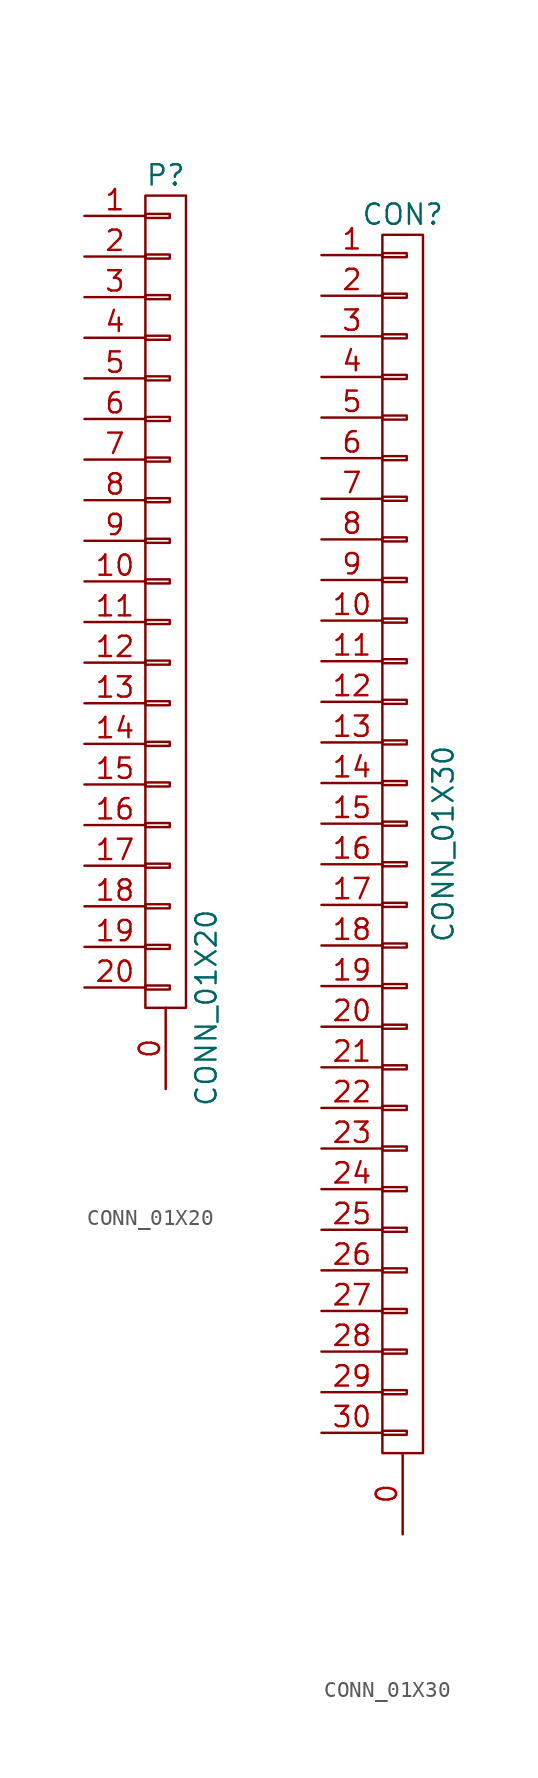
<source format=kicad_sym>
(kicad_symbol_lib
  (version 20211014)
  (generator kicad_symbol_editor)
  (symbol "CONN_01X20"
    (pin_names
      (offset 1.016) hide)
    (property "Reference" "P"
      (at 0 26.67 0)
      (effects (font (size 1.27 1.27))))
    (property "Value" "CONN_01X20"
      (at 2.54 -25.4 90)
      (effects (font (size 1.27 1.27))))
    (property "Footprint" ""
      (at 0 -25.4 0)
      (effects (font (size 1.27 1.27))))
    (property "Datasheet" ""
      (at 0 -25.4 0)
      (effects (font (size 1.27 1.27))))
    (symbol "CONN_01X20_0_1"
      (rectangle (start -1.27 -24.003) (end 0.254 -24.257) (stroke (width 0) (type default) (color 0 0 0 0)) (fill (type none)))
      (rectangle (start -1.27 -21.463) (end 0.254 -21.717) (stroke (width 0) (type default) (color 0 0 0 0)) (fill (type none)))
      (rectangle (start -1.27 -18.923) (end 0.254 -19.177) (stroke (width 0) (type default) (color 0 0 0 0)) (fill (type none)))
      (rectangle (start -1.27 -16.383) (end 0.254 -16.637) (stroke (width 0) (type default) (color 0 0 0 0)) (fill (type none)))
      (rectangle (start -1.27 -13.843) (end 0.254 -14.097) (stroke (width 0) (type default) (color 0 0 0 0)) (fill (type none)))
      (rectangle (start -1.27 -11.303) (end 0.254 -11.557) (stroke (width 0) (type default) (color 0 0 0 0)) (fill (type none)))
      (rectangle (start -1.27 -8.763) (end 0.254 -9.017) (stroke (width 0) (type default) (color 0 0 0 0)) (fill (type none)))
      (rectangle (start -1.27 -6.223) (end 0.254 -6.477) (stroke (width 0) (type default) (color 0 0 0 0)) (fill (type none)))
      (rectangle (start -1.27 -3.683) (end 0.254 -3.937) (stroke (width 0) (type default) (color 0 0 0 0)) (fill (type none)))
      (rectangle (start -1.27 -1.143) (end 0.254 -1.397) (stroke (width 0) (type default) (color 0 0 0 0)) (fill (type none)))
      (rectangle (start -1.27 1.397) (end 0.254 1.143) (stroke (width 0) (type default) (color 0 0 0 0)) (fill (type none)))
      (rectangle (start -1.27 3.937) (end 0.254 3.683) (stroke (width 0) (type default) (color 0 0 0 0)) (fill (type none)))
      (rectangle (start -1.27 6.477) (end 0.254 6.223) (stroke (width 0) (type default) (color 0 0 0 0)) (fill (type none)))
      (rectangle (start -1.27 9.017) (end 0.254 8.763) (stroke (width 0) (type default) (color 0 0 0 0)) (fill (type none)))
      (rectangle (start -1.27 11.557) (end 0.254 11.303) (stroke (width 0) (type default) (color 0 0 0 0)) (fill (type none)))
      (rectangle (start -1.27 14.097) (end 0.254 13.843) (stroke (width 0) (type default) (color 0 0 0 0)) (fill (type none)))
      (rectangle (start -1.27 16.637) (end 0.254 16.383) (stroke (width 0) (type default) (color 0 0 0 0)) (fill (type none)))
      (rectangle (start -1.27 19.177) (end 0.254 18.923) (stroke (width 0) (type default) (color 0 0 0 0)) (fill (type none)))
      (rectangle (start -1.27 21.717) (end 0.254 21.463) (stroke (width 0) (type default) (color 0 0 0 0)) (fill (type none)))
      (rectangle (start -1.27 24.257) (end 0.254 24.003) (stroke (width 0) (type default) (color 0 0 0 0)) (fill (type none)))
      (rectangle (start -1.27 25.4) (end 1.27 -25.4) (stroke (width 0) (type default) (color 0 0 0 0)) (fill (type none))))
    (symbol "CONN_01X20_1_1"
      (pin passive line (at 0 -30.48 90) (length 5.08) (name "P0" (effects (font (size 1.27 1.27)))) (number "0" (effects (font (size 1.27 1.27)))))
      (pin passive line (at -5.08 24.13 0) (length 3.81) (name "P1" (effects (font (size 1.27 1.27)))) (number "1" (effects (font (size 1.27 1.27)))))
      (pin passive line (at -5.08 1.27 0) (length 3.81) (name "P10" (effects (font (size 1.27 1.27)))) (number "10" (effects (font (size 1.27 1.27)))))
      (pin passive line (at -5.08 -1.27 0) (length 3.81) (name "P11" (effects (font (size 1.27 1.27)))) (number "11" (effects (font (size 1.27 1.27)))))
      (pin passive line (at -5.08 -3.81 0) (length 3.81) (name "P12" (effects (font (size 1.27 1.27)))) (number "12" (effects (font (size 1.27 1.27)))))
      (pin passive line (at -5.08 -6.35 0) (length 3.81) (name "P13" (effects (font (size 1.27 1.27)))) (number "13" (effects (font (size 1.27 1.27)))))
      (pin passive line (at -5.08 -8.89 0) (length 3.81) (name "P14" (effects (font (size 1.27 1.27)))) (number "14" (effects (font (size 1.27 1.27)))))
      (pin passive line (at -5.08 -11.43 0) (length 3.81) (name "P15" (effects (font (size 1.27 1.27)))) (number "15" (effects (font (size 1.27 1.27)))))
      (pin passive line (at -5.08 -13.97 0) (length 3.81) (name "P16" (effects (font (size 1.27 1.27)))) (number "16" (effects (font (size 1.27 1.27)))))
      (pin passive line (at -5.08 -16.51 0) (length 3.81) (name "P17" (effects (font (size 1.27 1.27)))) (number "17" (effects (font (size 1.27 1.27)))))
      (pin passive line (at -5.08 -19.05 0) (length 3.81) (name "P18" (effects (font (size 1.27 1.27)))) (number "18" (effects (font (size 1.27 1.27)))))
      (pin passive line (at -5.08 -21.59 0) (length 3.81) (name "P19" (effects (font (size 1.27 1.27)))) (number "19" (effects (font (size 1.27 1.27)))))
      (pin passive line (at -5.08 21.59 0) (length 3.81) (name "P2" (effects (font (size 1.27 1.27)))) (number "2" (effects (font (size 1.27 1.27)))))
      (pin passive line (at -5.08 -24.13 0) (length 3.81) (name "P20" (effects (font (size 1.27 1.27)))) (number "20" (effects (font (size 1.27 1.27)))))
      (pin passive line (at -5.08 19.05 0) (length 3.81) (name "P3" (effects (font (size 1.27 1.27)))) (number "3" (effects (font (size 1.27 1.27)))))
      (pin passive line (at -5.08 16.51 0) (length 3.81) (name "P4" (effects (font (size 1.27 1.27)))) (number "4" (effects (font (size 1.27 1.27)))))
      (pin passive line (at -5.08 13.97 0) (length 3.81) (name "P5" (effects (font (size 1.27 1.27)))) (number "5" (effects (font (size 1.27 1.27)))))
      (pin passive line (at -5.08 11.43 0) (length 3.81) (name "P6" (effects (font (size 1.27 1.27)))) (number "6" (effects (font (size 1.27 1.27)))))
      (pin passive line (at -5.08 8.89 0) (length 3.81) (name "P7" (effects (font (size 1.27 1.27)))) (number "7" (effects (font (size 1.27 1.27)))))
      (pin passive line (at -5.08 6.35 0) (length 3.81) (name "P8" (effects (font (size 1.27 1.27)))) (number "8" (effects (font (size 1.27 1.27)))))
      (pin passive line (at -5.08 3.81 0) (length 3.81) (name "P9" (effects (font (size 1.27 1.27)))) (number "9" (effects (font (size 1.27 1.27)))))))
  (symbol "CONN_01X30"
    (pin_names
      (offset 1.016) hide)
    (property "Reference" "CON"
      (at 0 39.37 0)
      (effects (font (size 1.27 1.27))))
    (property "Value" "CONN_01X30"
      (at 2.54 0 90)
      (effects (font (size 1.27 1.27))))
    (property "Footprint" ""
      (at 0 0 0)
      (effects (font (size 1.27 1.27))))
    (property "Datasheet" ""
      (at 0 0 0)
      (effects (font (size 1.27 1.27))))
    (symbol "CONN_01X30_0_1"
      (rectangle (start -1.27 -38.1) (end 1.27 38.1) (stroke (width 0) (type default) (color 0 0 0 0)) (fill (type none)))
      (rectangle (start -1.27 -36.703) (end 0.254 -36.957) (stroke (width 0) (type default) (color 0 0 0 0)) (fill (type none)))
      (rectangle (start -1.27 -34.163) (end 0.254 -34.417) (stroke (width 0) (type default) (color 0 0 0 0)) (fill (type none)))
      (rectangle (start -1.27 -31.623) (end 0.254 -31.877) (stroke (width 0) (type default) (color 0 0 0 0)) (fill (type none)))
      (rectangle (start -1.27 -29.083) (end 0.254 -29.337) (stroke (width 0) (type default) (color 0 0 0 0)) (fill (type none)))
      (rectangle (start -1.27 -26.543) (end 0.254 -26.797) (stroke (width 0) (type default) (color 0 0 0 0)) (fill (type none)))
      (rectangle (start -1.27 -24.003) (end 0.254 -24.257) (stroke (width 0) (type default) (color 0 0 0 0)) (fill (type none)))
      (rectangle (start -1.27 -21.463) (end 0.254 -21.717) (stroke (width 0) (type default) (color 0 0 0 0)) (fill (type none)))
      (rectangle (start -1.27 -18.923) (end 0.254 -19.177) (stroke (width 0) (type default) (color 0 0 0 0)) (fill (type none)))
      (rectangle (start -1.27 -16.383) (end 0.254 -16.637) (stroke (width 0) (type default) (color 0 0 0 0)) (fill (type none)))
      (rectangle (start -1.27 -13.843) (end 0.254 -14.097) (stroke (width 0) (type default) (color 0 0 0 0)) (fill (type none)))
      (rectangle (start -1.27 -11.303) (end 0.254 -11.557) (stroke (width 0) (type default) (color 0 0 0 0)) (fill (type none)))
      (rectangle (start -1.27 -8.763) (end 0.254 -9.017) (stroke (width 0) (type default) (color 0 0 0 0)) (fill (type none)))
      (rectangle (start -1.27 -6.223) (end 0.254 -6.477) (stroke (width 0) (type default) (color 0 0 0 0)) (fill (type none)))
      (rectangle (start -1.27 -3.683) (end 0.254 -3.937) (stroke (width 0) (type default) (color 0 0 0 0)) (fill (type none)))
      (rectangle (start -1.27 -1.143) (end 0.254 -1.397) (stroke (width 0) (type default) (color 0 0 0 0)) (fill (type none)))
      (rectangle (start -1.27 1.397) (end 0.254 1.143) (stroke (width 0) (type default) (color 0 0 0 0)) (fill (type none)))
      (rectangle (start -1.27 3.937) (end 0.254 3.683) (stroke (width 0) (type default) (color 0 0 0 0)) (fill (type none)))
      (rectangle (start -1.27 6.477) (end 0.254 6.223) (stroke (width 0) (type default) (color 0 0 0 0)) (fill (type none)))
      (rectangle (start -1.27 9.017) (end 0.254 8.763) (stroke (width 0) (type default) (color 0 0 0 0)) (fill (type none)))
      (rectangle (start -1.27 11.557) (end 0.254 11.303) (stroke (width 0) (type default) (color 0 0 0 0)) (fill (type none)))
      (rectangle (start -1.27 14.097) (end 0.254 13.843) (stroke (width 0) (type default) (color 0 0 0 0)) (fill (type none)))
      (rectangle (start -1.27 16.637) (end 0.254 16.383) (stroke (width 0) (type default) (color 0 0 0 0)) (fill (type none)))
      (rectangle (start -1.27 19.177) (end 0.254 18.923) (stroke (width 0) (type default) (color 0 0 0 0)) (fill (type none)))
      (rectangle (start -1.27 21.717) (end 0.254 21.463) (stroke (width 0) (type default) (color 0 0 0 0)) (fill (type none)))
      (rectangle (start -1.27 24.257) (end 0.254 24.003) (stroke (width 0) (type default) (color 0 0 0 0)) (fill (type none)))
      (rectangle (start -1.27 26.797) (end 0.254 26.543) (stroke (width 0) (type default) (color 0 0 0 0)) (fill (type none)))
      (rectangle (start -1.27 29.337) (end 0.254 29.083) (stroke (width 0) (type default) (color 0 0 0 0)) (fill (type none)))
      (rectangle (start -1.27 31.877) (end 0.254 31.623) (stroke (width 0) (type default) (color 0 0 0 0)) (fill (type none)))
      (rectangle (start -1.27 34.417) (end 0.254 34.163) (stroke (width 0) (type default) (color 0 0 0 0)) (fill (type none)))
      (rectangle (start -1.27 36.957) (end 0.254 36.703) (stroke (width 0) (type default) (color 0 0 0 0)) (fill (type none))))
    (symbol "CONN_01X30_1_1"
      (pin passive line (at 0 -43.18 90) (length 5.08) (name "P0" (effects (font (size 1.27 1.27)))) (number "0" (effects (font (size 1.27 1.27)))))
      (pin passive line (at -5.08 36.83 0) (length 3.81) (name "P1" (effects (font (size 1.27 1.27)))) (number "1" (effects (font (size 1.27 1.27)))))
      (pin passive line (at -5.08 13.97 0) (length 3.81) (name "P10" (effects (font (size 1.27 1.27)))) (number "10" (effects (font (size 1.27 1.27)))))
      (pin passive line (at -5.08 11.43 0) (length 3.81) (name "P11" (effects (font (size 1.27 1.27)))) (number "11" (effects (font (size 1.27 1.27)))))
      (pin passive line (at -5.08 8.89 0) (length 3.81) (name "P12" (effects (font (size 1.27 1.27)))) (number "12" (effects (font (size 1.27 1.27)))))
      (pin passive line (at -5.08 6.35 0) (length 3.81) (name "P13" (effects (font (size 1.27 1.27)))) (number "13" (effects (font (size 1.27 1.27)))))
      (pin passive line (at -5.08 3.81 0) (length 3.81) (name "P14" (effects (font (size 1.27 1.27)))) (number "14" (effects (font (size 1.27 1.27)))))
      (pin passive line (at -5.08 1.27 0) (length 3.81) (name "P15" (effects (font (size 1.27 1.27)))) (number "15" (effects (font (size 1.27 1.27)))))
      (pin passive line (at -5.08 -1.27 0) (length 3.81) (name "P16" (effects (font (size 1.27 1.27)))) (number "16" (effects (font (size 1.27 1.27)))))
      (pin passive line (at -5.08 -3.81 0) (length 3.81) (name "P17" (effects (font (size 1.27 1.27)))) (number "17" (effects (font (size 1.27 1.27)))))
      (pin passive line (at -5.08 -6.35 0) (length 3.81) (name "P18" (effects (font (size 1.27 1.27)))) (number "18" (effects (font (size 1.27 1.27)))))
      (pin passive line (at -5.08 -8.89 0) (length 3.81) (name "P19" (effects (font (size 1.27 1.27)))) (number "19" (effects (font (size 1.27 1.27)))))
      (pin passive line (at -5.08 34.29 0) (length 3.81) (name "P2" (effects (font (size 1.27 1.27)))) (number "2" (effects (font (size 1.27 1.27)))))
      (pin passive line (at -5.08 -11.43 0) (length 3.81) (name "P20" (effects (font (size 1.27 1.27)))) (number "20" (effects (font (size 1.27 1.27)))))
      (pin passive line (at -5.08 -13.97 0) (length 3.81) (name "P21" (effects (font (size 1.27 1.27)))) (number "21" (effects (font (size 1.27 1.27)))))
      (pin passive line (at -5.08 -16.51 0) (length 3.81) (name "P22" (effects (font (size 1.27 1.27)))) (number "22" (effects (font (size 1.27 1.27)))))
      (pin passive line (at -5.08 -19.05 0) (length 3.81) (name "P23" (effects (font (size 1.27 1.27)))) (number "23" (effects (font (size 1.27 1.27)))))
      (pin passive line (at -5.08 -21.59 0) (length 3.81) (name "P24" (effects (font (size 1.27 1.27)))) (number "24" (effects (font (size 1.27 1.27)))))
      (pin passive line (at -5.08 -24.13 0) (length 3.81) (name "P25" (effects (font (size 1.27 1.27)))) (number "25" (effects (font (size 1.27 1.27)))))
      (pin passive line (at -5.08 -26.67 0) (length 3.81) (name "P26" (effects (font (size 1.27 1.27)))) (number "26" (effects (font (size 1.27 1.27)))))
      (pin passive line (at -5.08 -29.21 0) (length 3.81) (name "P27" (effects (font (size 1.27 1.27)))) (number "27" (effects (font (size 1.27 1.27)))))
      (pin passive line (at -5.08 -31.75 0) (length 3.81) (name "P28" (effects (font (size 1.27 1.27)))) (number "28" (effects (font (size 1.27 1.27)))))
      (pin passive line (at -5.08 -34.29 0) (length 3.81) (name "P29" (effects (font (size 1.27 1.27)))) (number "29" (effects (font (size 1.27 1.27)))))
      (pin passive line (at -5.08 31.75 0) (length 3.81) (name "P3" (effects (font (size 1.27 1.27)))) (number "3" (effects (font (size 1.27 1.27)))))
      (pin passive line (at -5.08 -36.83 0) (length 3.81) (name "P30" (effects (font (size 1.27 1.27)))) (number "30" (effects (font (size 1.27 1.27)))))
      (pin passive line (at -5.08 29.21 0) (length 3.81) (name "P4" (effects (font (size 1.27 1.27)))) (number "4" (effects (font (size 1.27 1.27)))))
      (pin passive line (at -5.08 26.67 0) (length 3.81) (name "P5" (effects (font (size 1.27 1.27)))) (number "5" (effects (font (size 1.27 1.27)))))
      (pin passive line (at -5.08 24.13 0) (length 3.81) (name "P6" (effects (font (size 1.27 1.27)))) (number "6" (effects (font (size 1.27 1.27)))))
      (pin passive line (at -5.08 21.59 0) (length 3.81) (name "P7" (effects (font (size 1.27 1.27)))) (number "7" (effects (font (size 1.27 1.27)))))
      (pin passive line (at -5.08 19.05 0) (length 3.81) (name "P8" (effects (font (size 1.27 1.27)))) (number "8" (effects (font (size 1.27 1.27)))))
      (pin passive line (at -5.08 16.51 0) (length 3.81) (name "P9" (effects (font (size 1.27 1.27)))) (number "9" (effects (font (size 1.27 1.27))))))))
</source>
